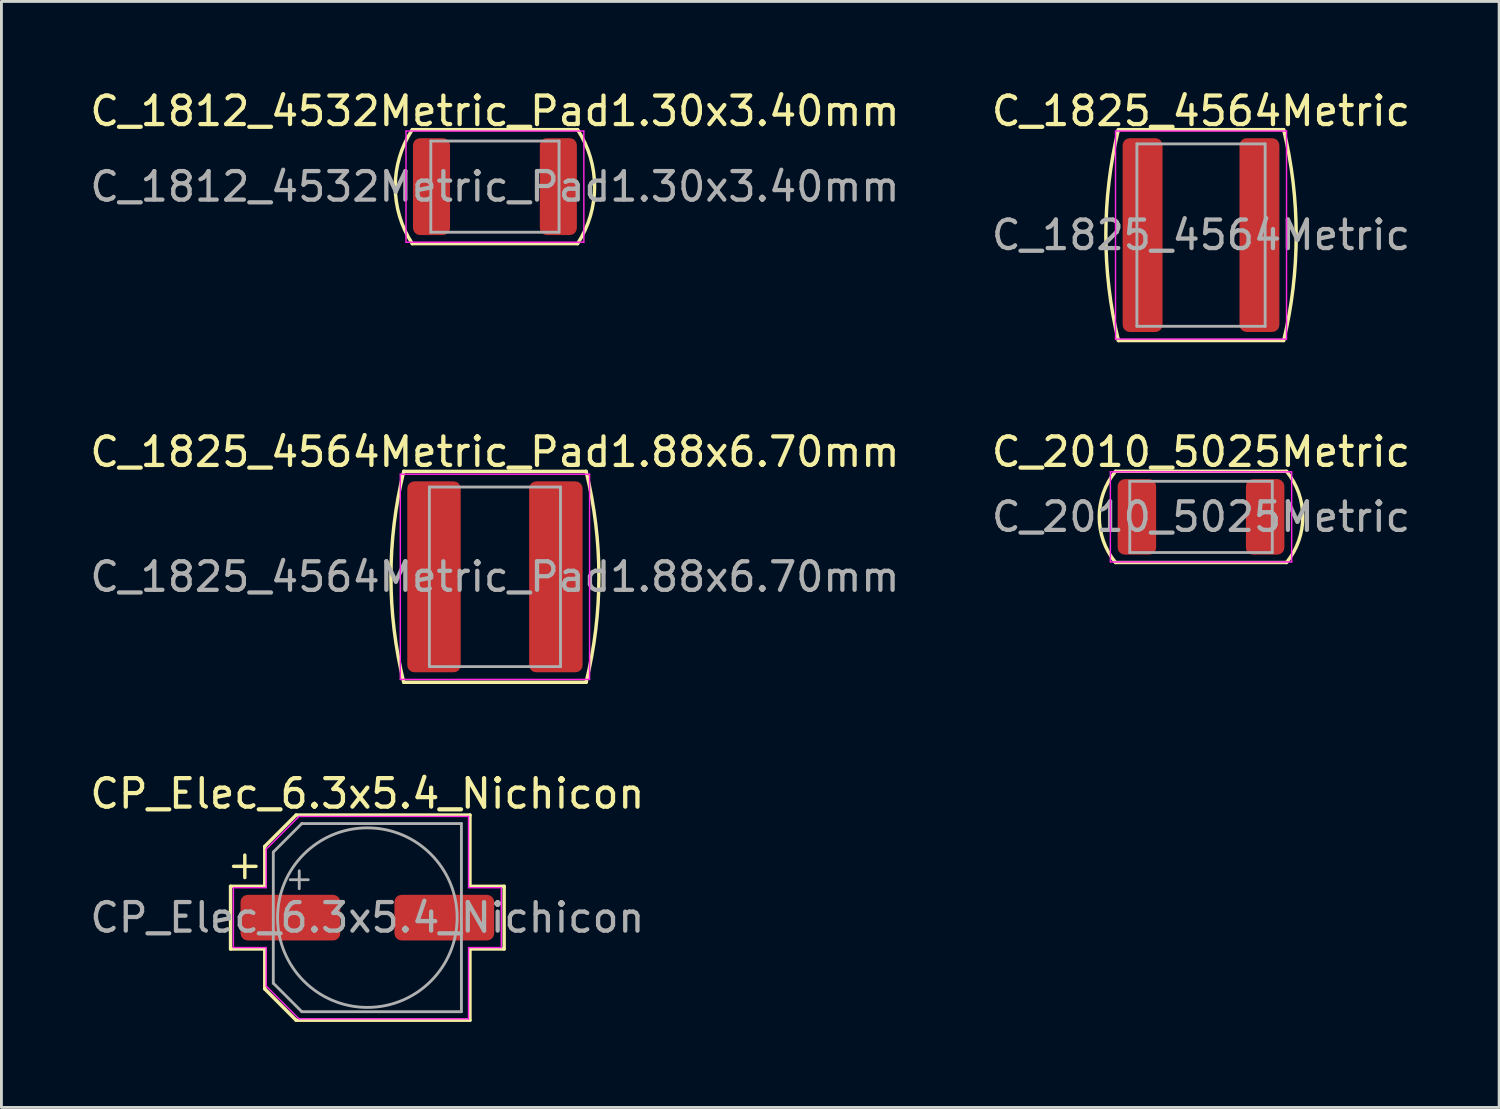
<source format=kicad_pcb>
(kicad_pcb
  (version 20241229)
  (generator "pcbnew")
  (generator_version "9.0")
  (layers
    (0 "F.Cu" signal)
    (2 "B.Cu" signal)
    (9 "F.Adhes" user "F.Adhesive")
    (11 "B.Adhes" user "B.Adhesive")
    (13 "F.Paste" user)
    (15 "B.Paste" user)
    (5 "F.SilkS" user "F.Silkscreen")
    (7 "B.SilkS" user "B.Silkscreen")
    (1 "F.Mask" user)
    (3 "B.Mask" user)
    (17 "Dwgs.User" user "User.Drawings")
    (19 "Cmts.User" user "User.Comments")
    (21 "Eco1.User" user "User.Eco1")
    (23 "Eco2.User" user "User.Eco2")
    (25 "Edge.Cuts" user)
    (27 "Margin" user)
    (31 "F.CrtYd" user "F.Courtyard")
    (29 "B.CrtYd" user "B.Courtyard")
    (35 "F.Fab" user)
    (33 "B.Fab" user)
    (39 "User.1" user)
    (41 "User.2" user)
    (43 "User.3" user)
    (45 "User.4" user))
  (footprint "C_2010_5025Metric"
    (layer "F.Cu")
    (at 39.089 15.086)
    (property "Reference" "C_2010_5025Metric" (at 0 -2.28 0) (layer "F.SilkS") (effects (font (size 1 1) (thickness 0.15))))
    (attr smd)
    (fp_line (start -3 1.6) (end 3 1.6) (stroke (width 0.12) (type solid)) (layer "F.SilkS"))
    (fp_line (start 3 -1.6) (end -3 -1.6) (stroke (width 0.12) (type solid)) (layer "F.SilkS"))
    (fp_arc (start -3 1.6) (mid -3.570495 0) (end -3 -1.6) (stroke (width 0.12) (type solid)) (layer "F.SilkS"))
    (fp_arc (start 3 -1.6) (mid 3.570495 0) (end 3 1.6) (stroke (width 0.12) (type solid)) (layer "F.SilkS"))
    (fp_line (start -3.18 -1.58) (end 3.18 -1.58) (stroke (width 0.05) (type solid)) (layer "F.CrtYd"))
    (fp_line (start -3.18 1.58) (end -3.18 -1.58) (stroke (width 0.05) (type solid)) (layer "F.CrtYd"))
    (fp_line (start 3.18 -1.58) (end 3.18 1.58) (stroke (width 0.05) (type solid)) (layer "F.CrtYd"))
    (fp_line (start 3.18 1.58) (end -3.18 1.58) (stroke (width 0.05) (type solid)) (layer "F.CrtYd"))
    (fp_line (start -2.5 -1.25) (end 2.5 -1.25) (stroke (width 0.1) (type solid)) (layer "F.Fab"))
    (fp_line (start -2.5 1.25) (end -2.5 -1.25) (stroke (width 0.1) (type solid)) (layer "F.Fab"))
    (fp_line (start 2.5 -1.25) (end 2.5 1.25) (stroke (width 0.1) (type solid)) (layer "F.Fab"))
    (fp_line (start 2.5 1.25) (end -2.5 1.25) (stroke (width 0.1) (type solid)) (layer "F.Fab"))
    (fp_text user "${REFERENCE}" (at 0 0 0) (layer "F.Fab") (effects (font (size 1 1) (thickness 0.15))))
    (pad "1" smd roundrect (at -2.25 0) (size 1.35 2.65) (layers "F.Cu" "F.Mask" "F.Paste") (roundrect_rratio 0.185))
    (pad "2" smd roundrect (at 2.25 0) (size 1.35 2.65) (layers "F.Cu" "F.Mask" "F.Paste") (roundrect_rratio 0.185)))
  (footprint "C_1825_4564Metric_Pad1.88x6.70mm"
    (layer "F.Cu")
    (at 14.315 17.188)
    (property "Reference" "C_1825_4564Metric_Pad1.88x6.70mm" (at 0 -4.381 0) (layer "F.SilkS") (effects (font (size 1 1) (thickness 0.15))))
    (attr smd)
    (fp_line (start -3.2 3.7) (end 3.2 3.7) (stroke (width 0.12) (type solid)) (layer "F.SilkS"))
    (fp_line (start 3.2 -3.7) (end -3.2 -3.7) (stroke (width 0.12) (type solid)) (layer "F.SilkS"))
    (fp_arc (start -3.2 3.7) (mid -3.64832 0) (end -3.2 -3.7) (stroke (width 0.12) (type solid)) (layer "F.SilkS"))
    (fp_arc (start 3.2 -3.7) (mid 3.64832 0) (end 3.2 3.7) (stroke (width 0.12) (type solid)) (layer "F.SilkS"))
    (fp_line (start -3.32 -3.6) (end 3.32 -3.6) (stroke (width 0.05) (type solid)) (layer "F.CrtYd"))
    (fp_line (start -3.32 3.6) (end -3.32 -3.6) (stroke (width 0.05) (type solid)) (layer "F.CrtYd"))
    (fp_line (start 3.32 -3.6) (end 3.32 3.6) (stroke (width 0.05) (type solid)) (layer "F.CrtYd"))
    (fp_line (start 3.32 3.6) (end -3.32 3.6) (stroke (width 0.05) (type solid)) (layer "F.CrtYd"))
    (fp_line (start -2.3 -3.15) (end 2.3 -3.15) (stroke (width 0.1) (type solid)) (layer "F.Fab"))
    (fp_line (start -2.3 3.15) (end -2.3 -3.15) (stroke (width 0.1) (type solid)) (layer "F.Fab"))
    (fp_line (start 2.3 -3.15) (end 2.3 3.15) (stroke (width 0.1) (type solid)) (layer "F.Fab"))
    (fp_line (start 2.3 3.15) (end -2.3 3.15) (stroke (width 0.1) (type solid)) (layer "F.Fab"))
    (fp_text user "${REFERENCE}" (at 0 0 0) (layer "F.Fab") (effects (font (size 1 1) (thickness 0.15))))
    (pad "1" smd roundrect (at -2.138 0) (size 1.875 6.7) (layers "F.Cu" "F.Mask" "F.Paste") (roundrect_rratio 0.133))
    (pad "2" smd roundrect (at 2.138 0) (size 1.875 6.7) (layers "F.Cu" "F.Mask" "F.Paste") (roundrect_rratio 0.133)))
  (footprint "C_1825_4564Metric"
    (layer "F.Cu")
    (at 39.089 5.198)
    (property "Reference" "C_1825_4564Metric" (at 0 -4.35 0) (layer "F.SilkS") (effects (font (size 1 1) (thickness 0.15))))
    (attr smd)
    (fp_line (start -2.9 3.7) (end 2.9 3.7) (stroke (width 0.12) (type solid)) (layer "F.SilkS"))
    (fp_line (start 2.9 -3.7) (end -2.9 -3.7) (stroke (width 0.12) (type solid)) (layer "F.SilkS"))
    (fp_arc (start -2.9 3.7) (mid -3.339253 0) (end -2.9 -3.7) (stroke (width 0.12) (type solid)) (layer "F.SilkS"))
    (fp_arc (start 2.9 -3.7) (mid 3.339253 0) (end 2.9 3.7) (stroke (width 0.12) (type solid)) (layer "F.SilkS"))
    (fp_line (start -3 -3.65) (end 3 -3.65) (stroke (width 0.05) (type solid)) (layer "F.CrtYd"))
    (fp_line (start -3 3.65) (end -3 -3.65) (stroke (width 0.05) (type solid)) (layer "F.CrtYd"))
    (fp_line (start 3 -3.65) (end 3 3.65) (stroke (width 0.05) (type solid)) (layer "F.CrtYd"))
    (fp_line (start 3 3.65) (end -3 3.65) (stroke (width 0.05) (type solid)) (layer "F.CrtYd"))
    (fp_line (start -2.25 -3.2) (end 2.25 -3.2) (stroke (width 0.1) (type solid)) (layer "F.Fab"))
    (fp_line (start -2.25 3.2) (end -2.25 -3.2) (stroke (width 0.1) (type solid)) (layer "F.Fab"))
    (fp_line (start 2.25 -3.2) (end 2.25 3.2) (stroke (width 0.1) (type solid)) (layer "F.Fab"))
    (fp_line (start 2.25 3.2) (end -2.25 3.2) (stroke (width 0.1) (type solid)) (layer "F.Fab"))
    (fp_text user "${REFERENCE}" (at 0 0 0) (layer "F.Fab") (effects (font (size 1 1) (thickness 0.15))))
    (pad "1" smd roundrect (at -2.05 0) (size 1.4 6.8) (layers "F.Cu" "F.Mask" "F.Paste") (roundrect_rratio 0.179))
    (pad "2" smd roundrect (at 2.05 0) (size 1.4 6.8) (layers "F.Cu" "F.Mask" "F.Paste") (roundrect_rratio 0.179)))
  (footprint "CP_Elec_6.3x5.4_Nichicon"
    (layer "F.Cu")
    (at 9.839 29.146)
    (property "Reference" "CP_Elec_6.3x5.4_Nichicon" (at 0 -4.35 0) (layer "F.SilkS") (effects (font (size 1 1) (thickness 0.15))))
    (attr smd)
    (fp_line (start -4.8 -1.1) (end -4.8 1.1) (stroke (width 0.12) (type solid)) (layer "F.SilkS"))
    (fp_line (start -4.8 1.1) (end -3.6 1.1) (stroke (width 0.12) (type solid)) (layer "F.SilkS"))
    (fp_line (start -4.694 -1.8) (end -3.906 -1.8) (stroke (width 0.12) (type solid)) (layer "F.SilkS"))
    (fp_line (start -4.3 -2.194) (end -4.3 -1.406) (stroke (width 0.12) (type solid)) (layer "F.SilkS"))
    (fp_line (start -3.6 -2.5) (end -3.6 -1.1) (stroke (width 0.12) (type solid)) (layer "F.SilkS"))
    (fp_line (start -3.6 -1.1) (end -4.8 -1.1) (stroke (width 0.12) (type solid)) (layer "F.SilkS"))
    (fp_line (start -3.6 1.1) (end -3.6 2.5) (stroke (width 0.12) (type solid)) (layer "F.SilkS"))
    (fp_line (start -3.6 2.5) (end -2.5 3.6) (stroke (width 0.12) (type solid)) (layer "F.SilkS"))
    (fp_line (start -2.5 -3.6) (end -3.6 -2.5) (stroke (width 0.12) (type solid)) (layer "F.SilkS"))
    (fp_line (start -2.5 3.6) (end 3.6 3.6) (stroke (width 0.12) (type solid)) (layer "F.SilkS"))
    (fp_line (start 3.6 -3.6) (end -2.5 -3.6) (stroke (width 0.12) (type solid)) (layer "F.SilkS"))
    (fp_line (start 3.6 -1.1) (end 3.6 -3.6) (stroke (width 0.12) (type solid)) (layer "F.SilkS"))
    (fp_line (start 3.6 1.1) (end 4.8 1.1) (stroke (width 0.12) (type solid)) (layer "F.SilkS"))
    (fp_line (start 3.6 3.6) (end 3.6 1.1) (stroke (width 0.12) (type solid)) (layer "F.SilkS"))
    (fp_line (start 4.8 -1.1) (end 3.6 -1.1) (stroke (width 0.12) (type solid)) (layer "F.SilkS"))
    (fp_line (start 4.8 1.1) (end 4.8 -1.1) (stroke (width 0.12) (type solid)) (layer "F.SilkS"))
    (fp_line (start -4.7 -1.05) (end -4.7 1.05) (stroke (width 0.05) (type solid)) (layer "F.CrtYd"))
    (fp_line (start -4.7 1.05) (end -3.55 1.05) (stroke (width 0.05) (type solid)) (layer "F.CrtYd"))
    (fp_line (start -3.55 -2.4) (end -3.55 -1.05) (stroke (width 0.05) (type solid)) (layer "F.CrtYd"))
    (fp_line (start -3.55 -2.4) (end -2.4 -3.55) (stroke (width 0.05) (type solid)) (layer "F.CrtYd"))
    (fp_line (start -3.55 -1.05) (end -4.7 -1.05) (stroke (width 0.05) (type solid)) (layer "F.CrtYd"))
    (fp_line (start -3.55 1.05) (end -3.55 2.4) (stroke (width 0.05) (type solid)) (layer "F.CrtYd"))
    (fp_line (start -3.55 2.4) (end -2.4 3.55) (stroke (width 0.05) (type solid)) (layer "F.CrtYd"))
    (fp_line (start -2.4 -3.55) (end 3.55 -3.55) (stroke (width 0.05) (type solid)) (layer "F.CrtYd"))
    (fp_line (start -2.4 3.55) (end 3.55 3.55) (stroke (width 0.05) (type solid)) (layer "F.CrtYd"))
    (fp_line (start 3.55 -3.55) (end 3.55 -1.05) (stroke (width 0.05) (type solid)) (layer "F.CrtYd"))
    (fp_line (start 3.55 -1.05) (end 4.7 -1.05) (stroke (width 0.05) (type solid)) (layer "F.CrtYd"))
    (fp_line (start 3.55 1.05) (end 3.55 3.55) (stroke (width 0.05) (type solid)) (layer "F.CrtYd"))
    (fp_line (start 4.7 -1.05) (end 4.7 1.05) (stroke (width 0.05) (type solid)) (layer "F.CrtYd"))
    (fp_line (start 4.7 1.05) (end 3.55 1.05) (stroke (width 0.05) (type solid)) (layer "F.CrtYd"))
    (fp_line (start -3.3 -2.3) (end -3.3 2.3) (stroke (width 0.1) (type solid)) (layer "F.Fab"))
    (fp_line (start -3.3 -2.3) (end -2.3 -3.3) (stroke (width 0.1) (type solid)) (layer "F.Fab"))
    (fp_line (start -3.3 2.3) (end -2.3 3.3) (stroke (width 0.1) (type solid)) (layer "F.Fab"))
    (fp_line (start -2.705 -1.33) (end -2.075 -1.33) (stroke (width 0.1) (type solid)) (layer "F.Fab"))
    (fp_line (start -2.39 -1.645) (end -2.39 -1.015) (stroke (width 0.1) (type solid)) (layer "F.Fab"))
    (fp_line (start -2.3 -3.3) (end 3.3 -3.3) (stroke (width 0.1) (type solid)) (layer "F.Fab"))
    (fp_line (start -2.3 3.3) (end 3.3 3.3) (stroke (width 0.1) (type solid)) (layer "F.Fab"))
    (fp_line (start 3.3 -3.3) (end 3.3 3.3) (stroke (width 0.1) (type solid)) (layer "F.Fab"))
    (fp_circle (center 0 0) (end 3.15 0) (stroke (width 0.1) (type solid)) (fill no) (layer "F.Fab"))
    (fp_text user "${REFERENCE}" (at 0 0 0) (layer "F.Fab") (effects (font (size 1 1) (thickness 0.15))))
    (pad "1" smd roundrect (at -2.7 0) (size 3.5 1.6) (layers "F.Cu" "F.Mask" "F.Paste") (roundrect_rratio 0.156))
    (pad "2" smd roundrect (at 2.7 0) (size 3.5 1.6) (layers "F.Cu" "F.Mask" "F.Paste") (roundrect_rratio 0.156)))
  (footprint "C_1812_4532Metric_Pad1.30x3.40mm"
    (layer "F.Cu")
    (at 14.315 3.498)
    (property "Reference" "C_1812_4532Metric_Pad1.30x3.40mm" (at 0 -2.65 0) (layer "F.SilkS") (effects (font (size 1 1) (thickness 0.15))))
    (attr smd)
    (fp_line (start -2.9 2) (end 2.9 2) (stroke (width 0.12) (type solid)) (layer "F.SilkS"))
    (fp_line (start 2.9 -2) (end -2.9 -2) (stroke (width 0.12) (type solid)) (layer "F.SilkS"))
    (fp_arc (start -2.9 2) (mid -3.496884 0) (end -2.9 -2) (stroke (width 0.12) (type solid)) (layer "F.SilkS"))
    (fp_arc (start 2.9 -2) (mid 3.496884 0) (end 2.9 2) (stroke (width 0.12) (type solid)) (layer "F.SilkS"))
    (fp_line (start -3.12 -1.95) (end 3.12 -1.95) (stroke (width 0.05) (type solid)) (layer "F.CrtYd"))
    (fp_line (start -3.12 1.95) (end -3.12 -1.95) (stroke (width 0.05) (type solid)) (layer "F.CrtYd"))
    (fp_line (start 3.12 -1.95) (end 3.12 1.95) (stroke (width 0.05) (type solid)) (layer "F.CrtYd"))
    (fp_line (start 3.12 1.95) (end -3.12 1.95) (stroke (width 0.05) (type solid)) (layer "F.CrtYd"))
    (fp_line (start -2.25 -1.6) (end 2.25 -1.6) (stroke (width 0.1) (type solid)) (layer "F.Fab"))
    (fp_line (start -2.25 1.6) (end -2.25 -1.6) (stroke (width 0.1) (type solid)) (layer "F.Fab"))
    (fp_line (start 2.25 -1.6) (end 2.25 1.6) (stroke (width 0.1) (type solid)) (layer "F.Fab"))
    (fp_line (start 2.25 1.6) (end -2.25 1.6) (stroke (width 0.1) (type solid)) (layer "F.Fab"))
    (fp_text user "${REFERENCE}" (at 0 0 0) (layer "F.Fab") (effects (font (size 1 1) (thickness 0.15))))
    (pad "1" smd roundrect (at -2.225 0) (size 1.3 3.4) (layers "F.Cu" "F.Mask" "F.Paste") (roundrect_rratio 0.192))
    (pad "2" smd roundrect (at 2.225 0) (size 1.3 3.4) (layers "F.Cu" "F.Mask" "F.Paste") (roundrect_rratio 0.192)))
  (gr_rect
    (start -3 -3)
    (end 49.548 35.806)
    (stroke (width 0.1) (type default))
    (fill no)
    (layer "Edge.Cuts")))
</source>
